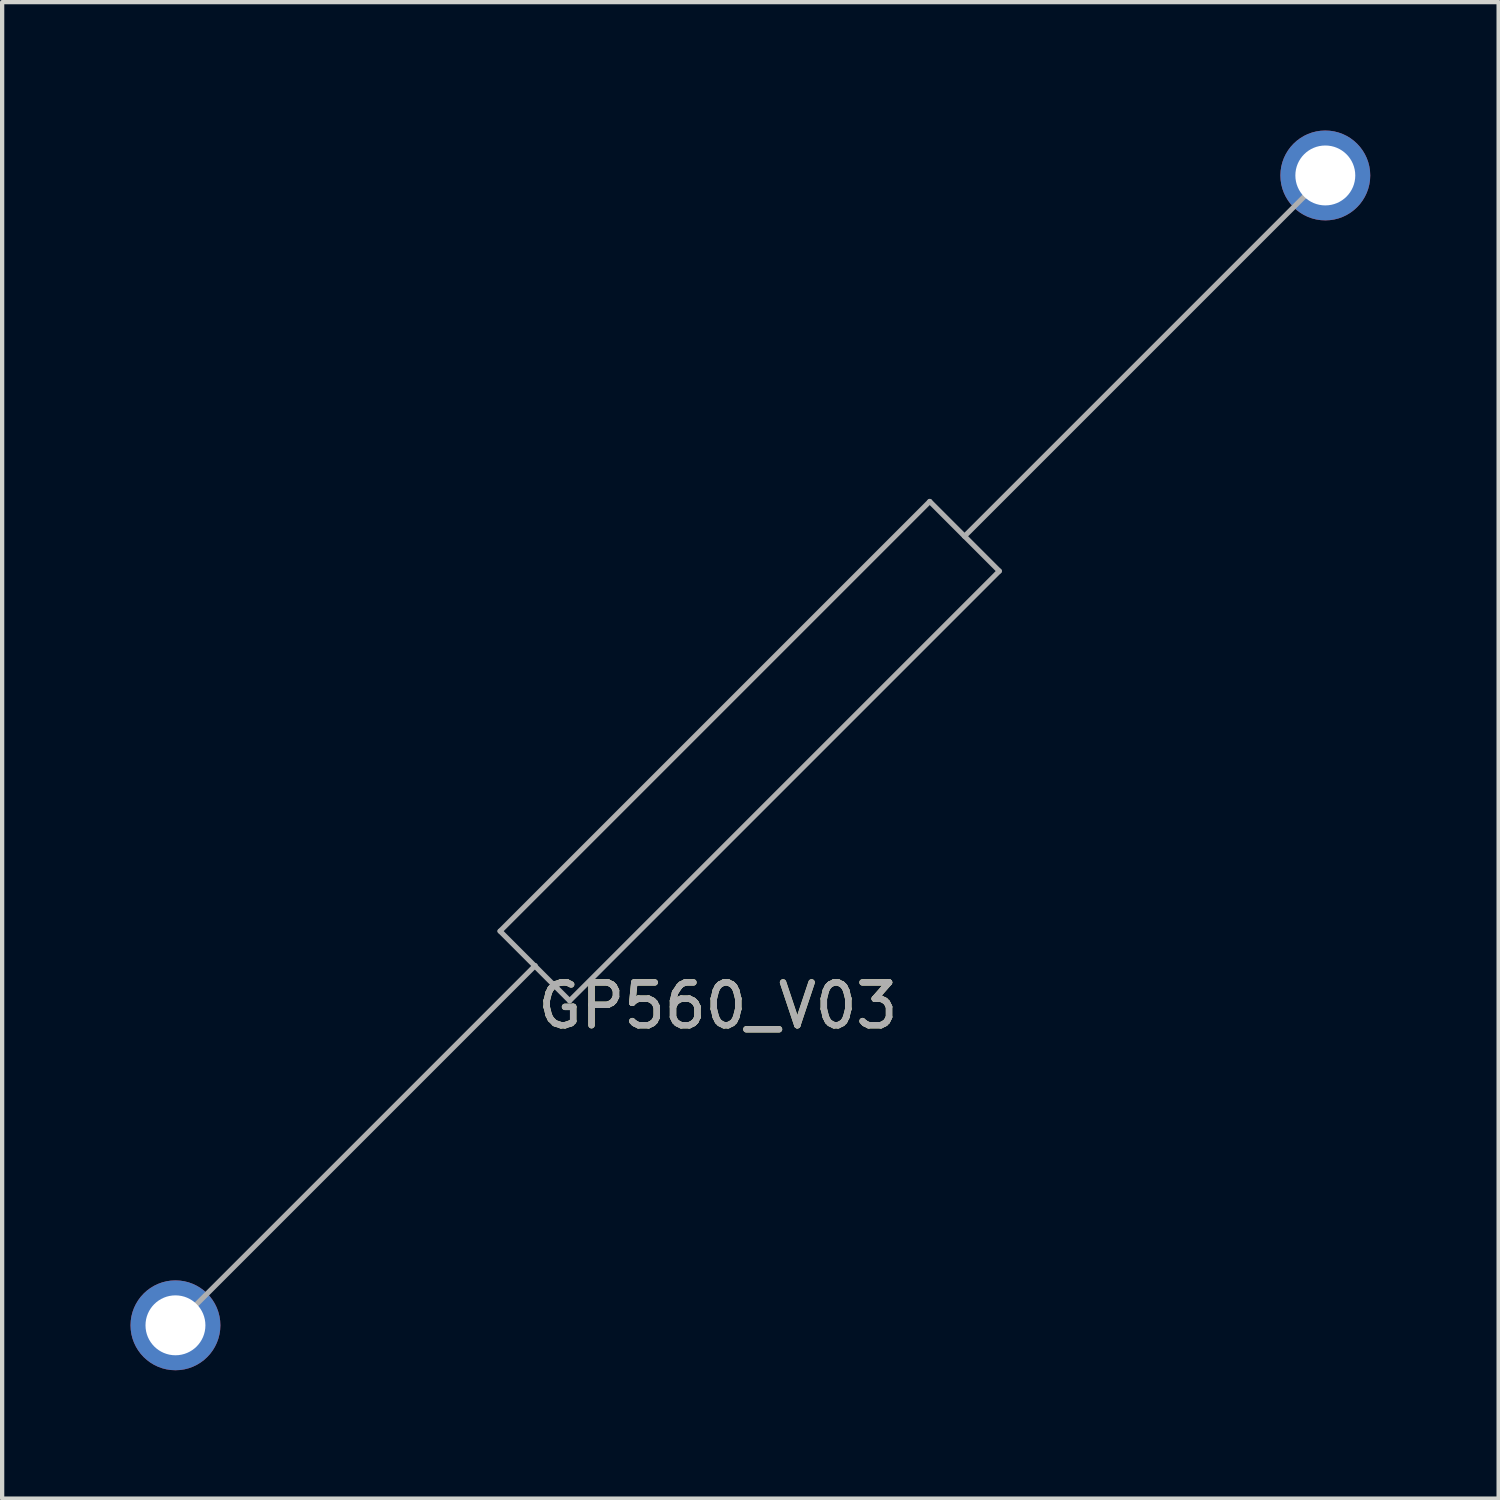
<source format=kicad_pcb>
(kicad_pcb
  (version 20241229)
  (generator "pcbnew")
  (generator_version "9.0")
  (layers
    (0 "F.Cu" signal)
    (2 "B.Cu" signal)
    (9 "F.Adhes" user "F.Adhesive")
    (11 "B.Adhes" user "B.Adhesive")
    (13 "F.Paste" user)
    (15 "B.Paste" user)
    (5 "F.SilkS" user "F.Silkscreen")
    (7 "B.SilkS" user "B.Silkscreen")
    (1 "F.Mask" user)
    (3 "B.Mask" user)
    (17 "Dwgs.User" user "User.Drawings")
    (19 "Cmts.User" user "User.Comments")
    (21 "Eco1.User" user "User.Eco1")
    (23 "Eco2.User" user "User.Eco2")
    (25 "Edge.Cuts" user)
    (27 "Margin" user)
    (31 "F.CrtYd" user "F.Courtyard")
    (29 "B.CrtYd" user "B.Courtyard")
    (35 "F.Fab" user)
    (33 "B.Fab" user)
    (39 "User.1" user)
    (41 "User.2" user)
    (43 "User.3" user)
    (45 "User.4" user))
  (footprint "GP560_V03"
    (layer "F.Cu")
    (at 1.05 27.92)
    (property "Reference" "GP560_V03" (at 12.675 -7.468 0) (unlocked yes) (layer "F.SilkS") (effects (font (size 1 1) (thickness 0.15))))
    (attr through_hole)
    (fp_line (start 7.585 -9.211) (end 9.211 -7.584) (stroke (width 0.12) (type solid)) (layer "F.Fab"))
    (fp_line (start 7.585 -9.211) (end 17.626 -19.252) (stroke (width 0.12) (type solid)) (layer "F.Fab"))
    (fp_line (start 8.407 -8.407) (end 0 0) (stroke (width 0.12) (type solid)) (layer "F.Fab"))
    (fp_line (start 9.211 -7.584) (end 19.252 -17.625) (stroke (width 0.12) (type solid)) (layer "F.Fab"))
    (fp_line (start 17.626 -19.252) (end 19.252 -17.625) (stroke (width 0.12) (type solid)) (layer "F.Fab"))
    (fp_line (start 26.846 -26.846) (end 18.439 -18.439) (stroke (width 0.12) (type solid)) (layer "F.Fab"))
    (fp_text user "${REFERENCE}" (at 12.675 -7.468 0) (unlocked yes) (layer "F.Fab") (effects (font (size 1 1) (thickness 0.15))))
    (pad "1" thru_hole circle (at 26.87 -26.87) (size 2.1 2.1) (drill 1.4) (layers "*.Cu" "*.Mask"))
    (pad "2" thru_hole circle (at 0 0) (size 2.1 2.1) (drill 1.4) (layers "*.Cu" "*.Mask")))
  (gr_rect
    (start -3 -3)
    (end 31.97 31.97)
    (stroke (width 0.1) (type default))
    (fill no)
    (layer "Edge.Cuts")))
</source>
